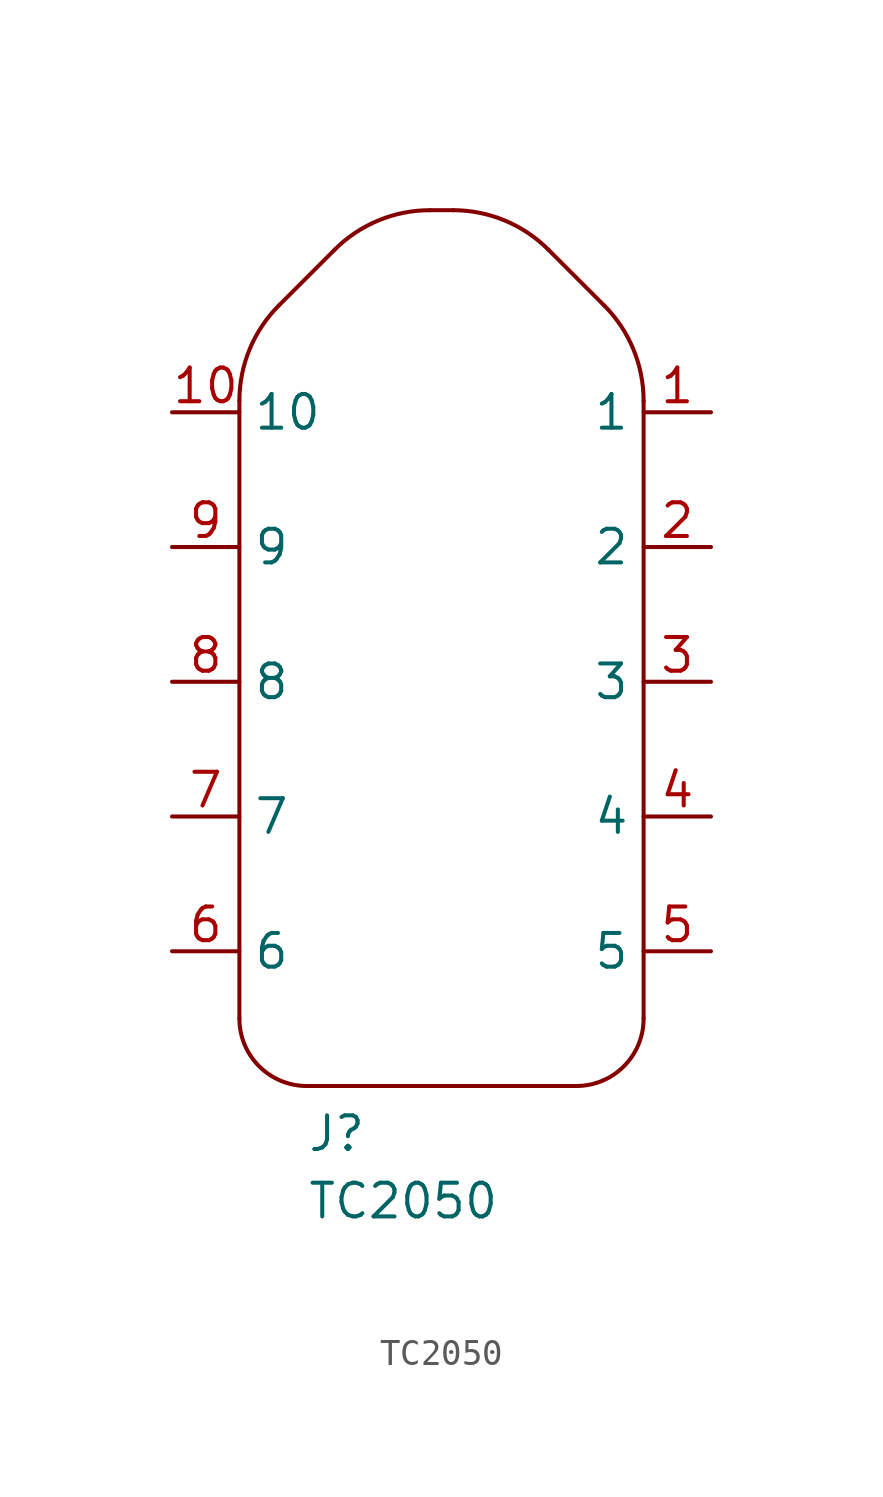
<source format=kicad_sym>
(kicad_symbol_lib
  (version 20211014)
  (generator kicad_symbol_editor)
  (symbol "TC2050"
    (pin_names)
    (property "Reference" "J"
      (at -5.08 -17.78 0)
      (effects (font (size 1.27 1.27)) (justify left bottom)))
    (property "Value" "TC2050"
      (at -5.08 -20.32 0)
      (effects (font (size 1.27 1.27)) (justify left bottom)))
    (property "Datasheet" ""
      (at 0 0 0))
    (property "ki_description" "TC2050  - Bed of Nails 10 pins Technical Specifications: Accessory Type: Adapter Cable "
      (at 0 0 0))
    (property "ki_fp_filters" "FlashPCB_Misc:TC2050-IDC FlashPCB_Misc:TC2050-IDC-NL"
      (at 0 0 0))
    (symbol "TC2050_1_1"
      (polyline (pts (xy 7.62 -12.7) (xy 7.62 10.596)) (stroke (width 0.152)) (fill (type none)))
      (arc (start 7.62 10.59579375) (mid 7.233308430732809 12.539825857411522) (end 6.132103125 14.187896875) (stroke (width 0.1524) (type default)) (fill (type none)))
      (polyline (pts (xy 6.132 14.188) (xy 4.028 16.292)) (stroke (width 0.152)) (fill (type none)))
      (arc (start 4.027896875 16.292103125) (mid 2.3798258574115225 17.39330843073281) (end 0.43579375 17.78) (stroke (width 0.1524) (type default)) (fill (type none)))
      (polyline (pts (xy 0.436 17.78) (xy -0.436 17.78)) (stroke (width 0.152)) (fill (type none)))
      (arc (start -0.43579375 17.78) (mid -2.3798258574115225 17.39330843073281) (end -4.027896875 16.292103125) (stroke (width 0.1524) (type default)) (fill (type none)))
      (polyline (pts (xy -4.028 16.292) (xy -6.132 14.188)) (stroke (width 0.152)) (fill (type none)))
      (arc (start -6.132103125 14.187896875) (mid -7.233308430732809 12.539825857411522) (end -7.62 10.59579375) (stroke (width 0.1524) (type default)) (fill (type none)))
      (polyline (pts (xy -7.62 10.596) (xy -7.62 -12.7)) (stroke (width 0.152)) (fill (type none)))
      (arc (start -7.62 -12.7) (mid -6.87605122421383 -14.49605122421383) (end -5.08 -15.24) (stroke (width 0.1524) (type default)) (fill (type none)))
      (polyline (pts (xy -5.08 -15.24) (xy 5.08 -15.24)) (stroke (width 0.152)) (fill (type none)))
      (arc (start 5.08 -15.24) (mid 6.87605122421383 -14.49605122421383) (end 7.62 -12.7) (stroke (width 0.1524) (type default)) (fill (type none)))
      (circle private (center 0 0) (radius 1.27) (stroke (width 0.152) (type default)) (fill (type none)))
      (circle private (center 0 0) (radius 1.27) (stroke (width 0.152) (type default)) (fill (type none)))
      (circle private (center 0 0) (radius 1.27) (stroke (width 0.152) (type default)) (fill (type none)))
      (pin bidirectional line (at 10.16 10.16 180) (length 2.54) (name "1" (effects (font (size 1.27 1.27)))) (number "1" (effects (font (size 1.27 1.27)))))
      (pin bidirectional line (at 10.16 5.08 180) (length 2.54) (name "2" (effects (font (size 1.27 1.27)))) (number "2" (effects (font (size 1.27 1.27)))))
      (pin bidirectional line (at 10.16 0 180) (length 2.54) (name "3" (effects (font (size 1.27 1.27)))) (number "3" (effects (font (size 1.27 1.27)))))
      (pin bidirectional line (at 10.16 -5.08 180) (length 2.54) (name "4" (effects (font (size 1.27 1.27)))) (number "4" (effects (font (size 1.27 1.27)))))
      (pin bidirectional line (at 10.16 -10.16 180) (length 2.54) (name "5" (effects (font (size 1.27 1.27)))) (number "5" (effects (font (size 1.27 1.27)))))
      (pin bidirectional line (at -10.16 -10.16 0) (length 2.54) (name "6" (effects (font (size 1.27 1.27)))) (number "6" (effects (font (size 1.27 1.27)))))
      (pin bidirectional line (at -10.16 -5.08 0) (length 2.54) (name "7" (effects (font (size 1.27 1.27)))) (number "7" (effects (font (size 1.27 1.27)))))
      (pin bidirectional line (at -10.16 0 0) (length 2.54) (name "8" (effects (font (size 1.27 1.27)))) (number "8" (effects (font (size 1.27 1.27)))))
      (pin bidirectional line (at -10.16 5.08 0) (length 2.54) (name "9" (effects (font (size 1.27 1.27)))) (number "9" (effects (font (size 1.27 1.27)))))
      (pin bidirectional line (at -10.16 10.16 0) (length 2.54) (name "10" (effects (font (size 1.27 1.27)))) (number "10" (effects (font (size 1.27 1.27))))))))
</source>
